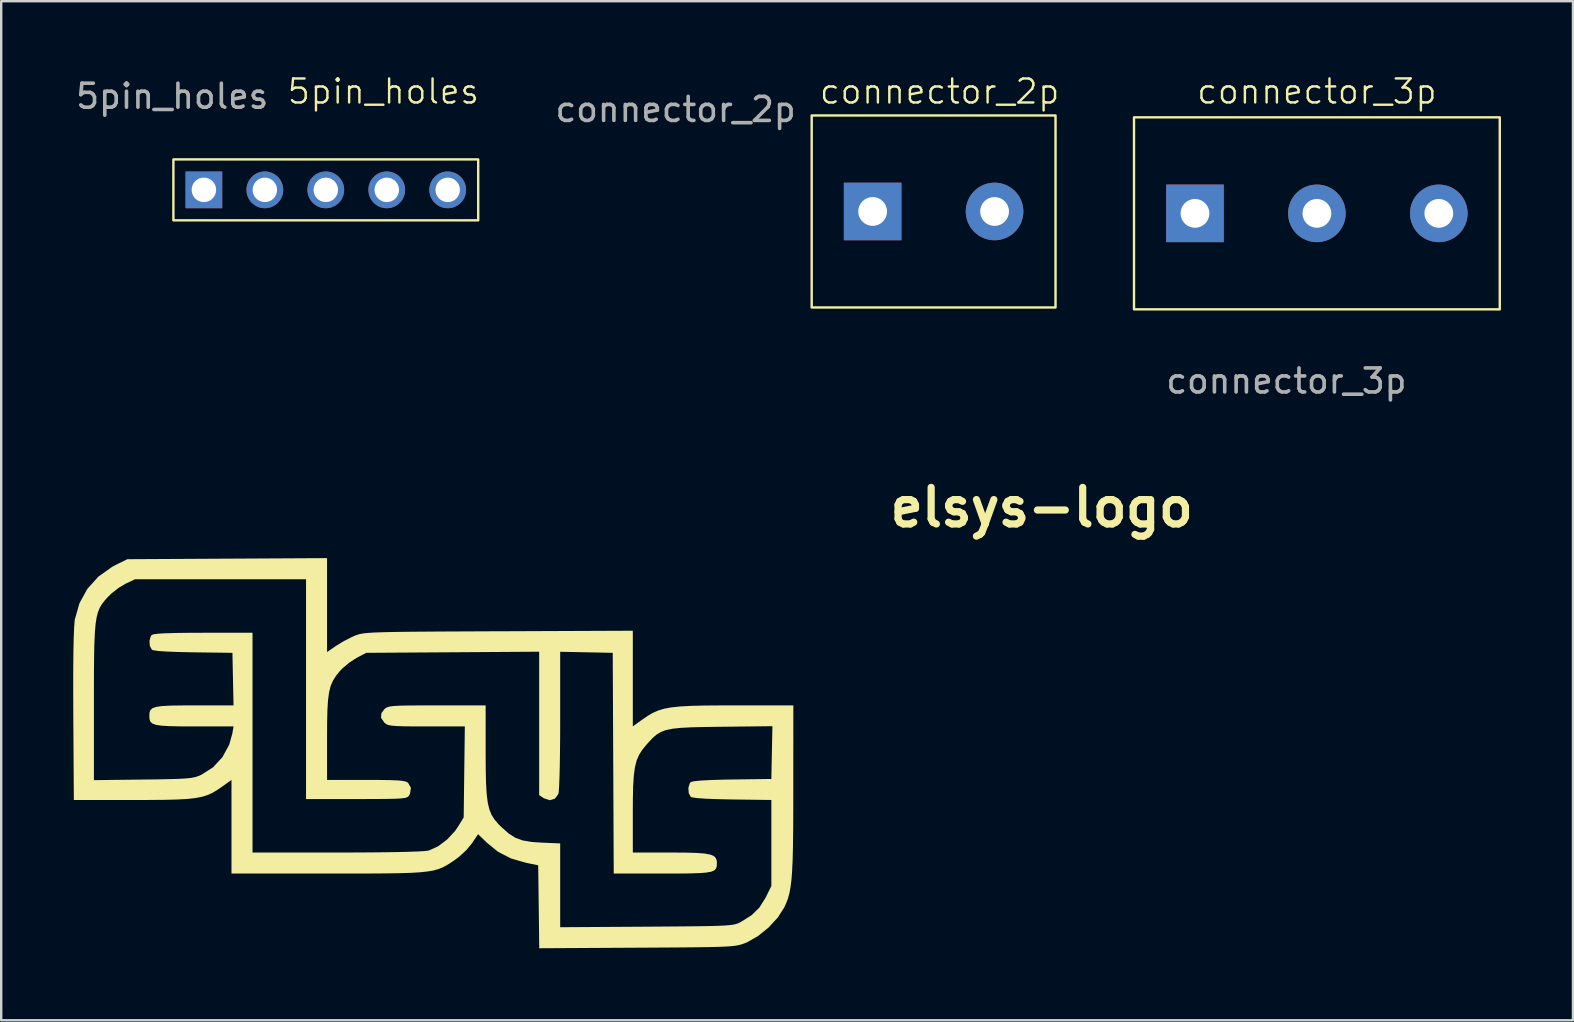
<source format=kicad_pcb>
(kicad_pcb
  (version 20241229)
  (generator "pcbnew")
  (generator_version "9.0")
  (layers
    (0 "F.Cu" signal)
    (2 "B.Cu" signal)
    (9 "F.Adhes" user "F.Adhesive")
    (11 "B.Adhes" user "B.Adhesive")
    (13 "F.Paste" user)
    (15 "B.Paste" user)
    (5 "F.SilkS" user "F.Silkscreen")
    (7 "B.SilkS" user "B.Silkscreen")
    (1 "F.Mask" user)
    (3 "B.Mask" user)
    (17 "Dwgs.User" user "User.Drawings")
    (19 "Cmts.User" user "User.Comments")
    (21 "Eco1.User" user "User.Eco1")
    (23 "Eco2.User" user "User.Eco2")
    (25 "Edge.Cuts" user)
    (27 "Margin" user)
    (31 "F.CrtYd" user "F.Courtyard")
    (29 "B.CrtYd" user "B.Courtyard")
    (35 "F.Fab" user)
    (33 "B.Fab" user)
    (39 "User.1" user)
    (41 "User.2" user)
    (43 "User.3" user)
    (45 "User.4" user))
  (footprint "5pin_holes"
    (layer "F.Cu")
    (at 10.525 4.861)
    (property "Reference" "5pin_holes" (at 2.4 -4.1 0) (unlocked yes) (layer "F.SilkS") (effects (font (size 1 1) (thickness 0.1))))
    (attr smd)
    (fp_rect (start -6.35 -1.27) (end 6.35 1.27) (stroke (width 0.1) (type default)) (fill no) (layer "F.SilkS"))
    (fp_text user "${REFERENCE}" (at -6.4 -3.9 0) (unlocked yes) (layer "F.Fab") (effects (font (size 1 1) (thickness 0.15))))
    (pad "1" thru_hole rect (at -5.08 0) (size 1.53 1.53) (drill 1.02) (layers "*.Cu" "*.Mask"))
    (pad "2" thru_hole circle (at -2.54 0) (size 1.53 1.53) (drill 1.02) (layers "*.Cu" "*.Mask"))
    (pad "3" thru_hole circle (at 0 0) (size 1.53 1.53) (drill 1.02) (layers "*.Cu" "*.Mask"))
    (pad "4" thru_hole circle (at 2.54 0) (size 1.53 1.53) (drill 1.02) (layers "*.Cu" "*.Mask"))
    (pad "5" thru_hole circle (at 5.08 0) (size 1.53 1.53) (drill 1.02) (layers "*.Cu" "*.Mask")))
  (footprint "connector_3p"
    (layer "F.Cu")
    (at 51.82 5.84)
    (property "Reference" "connector_3p" (at 0 -5.08 0) (unlocked yes) (layer "F.SilkS") (effects (font (size 1 1) (thickness 0.1))))
    (attr smd)
    (fp_rect (start -7.62 -4) (end 7.62 4) (stroke (width 0.1) (type default)) (fill no) (layer "F.SilkS"))
    (fp_text user "${REFERENCE}" (at -1.27 6.985 0) (unlocked yes) (layer "F.Fab") (effects (font (size 1 1) (thickness 0.15))))
    (pad "1" thru_hole rect (at -5.08 0) (size 2.4 2.4) (drill 1.2) (layers "*.Cu" "*.Mask"))
    (pad "2" thru_hole circle (at 0 0) (size 2.4 2.4) (drill 1.2) (layers "*.Cu" "*.Mask"))
    (pad "3" thru_hole circle (at 5.08 0) (size 2.4 2.4) (drill 1.2) (layers "*.Cu" "*.Mask")))
  (footprint "elsys-logo"
    (layer "F.Cu")
    (at 14.956 28.252)
    (property "Reference" "elsys-logo" (at 25.4 -10.16 0) (layer "F.SilkS") (effects (font (size 1.524 1.524) (thickness 0.3))))
    (attr board_only exclude_from_pos_files exclude_from_bom)
    (fp_poly (pts (xy -4.379 -4.133) (xy -4.009 -4.388) (xy -3.705 -4.574) (xy -3.367 -4.75) (xy -3.232 -4.81) (xy -3.15 -4.842) (xy -3.064 -4.87) (xy -2.963 -4.894) (xy -2.834 -4.914) (xy -2.665 -4.931) (xy -2.446 -4.945) (xy -2.163 -4.956) (xy -1.806 -4.966) (xy -1.362 -4.974) (xy -0.821 -4.98) (xy -0.169 -4.985) (xy 0.605 -4.99) (xy 1.512 -4.994) (xy 2.565 -4.999) (xy 2.767 -4.999) (xy 8.361 -5.022) (xy 8.361 -1.035) (xy 8.761 -1.323) (xy 8.984 -1.476) (xy 9.196 -1.6) (xy 9.418 -1.698) (xy 9.669 -1.773) (xy 9.968 -1.828) (xy 10.335 -1.867) (xy 10.79 -1.891) (xy 11.351 -1.905) (xy 12.04 -1.91) (xy 12.588 -1.911) (xy 15.049 -1.911) (xy 15.048 1.573) (xy 15.047 2.512) (xy 15.043 3.308) (xy 15.034 3.975) (xy 15.02 4.529) (xy 14.999 4.984) (xy 14.971 5.356) (xy 14.933 5.661) (xy 14.886 5.913) (xy 14.827 6.128) (xy 14.756 6.32) (xy 14.672 6.506) (xy 14.671 6.508) (xy 14.399 6.93) (xy 14.02 7.342) (xy 13.581 7.698) (xy 13.13 7.955) (xy 13.081 7.976) (xy 12.976 8.017) (xy 12.874 8.052) (xy 12.76 8.081) (xy 12.621 8.104) (xy 12.443 8.124) (xy 12.21 8.139) (xy 11.908 8.15) (xy 11.524 8.16) (xy 11.043 8.167) (xy 10.451 8.173) (xy 9.732 8.178) (xy 8.874 8.183) (xy 8.541 8.185) (xy 4.462 8.208) (xy 4.441 6.48) (xy 4.419 4.751) (xy 3.914 4.648) (xy 3.277 4.464) (xy 2.738 4.183) (xy 2.295 3.823) (xy 1.914 3.456) (xy 1.654 3.842) (xy 1.43 4.112) (xy 1.134 4.387) (xy 0.928 4.542) (xy 0.75 4.661) (xy 0.588 4.761) (xy 0.427 4.844) (xy 0.252 4.913) (xy 0.05 4.968) (xy -0.195 5.01) (xy -0.497 5.042) (xy -0.87 5.065) (xy -1.33 5.08) (xy -1.89 5.089) (xy -2.565 5.094) (xy -3.37 5.096) (xy -4.32 5.096) (xy -8.361 5.096) (xy -8.361 1.195) (xy -8.739 1.466) (xy -8.953 1.613) (xy -9.154 1.733) (xy -9.362 1.827) (xy -9.596 1.899) (xy -9.876 1.952) (xy -10.222 1.989) (xy -10.652 2.012) (xy -11.187 2.024) (xy -11.846 2.03) (xy -12.461 2.03) (xy -14.929 2.03) (xy -14.935 1.204) (xy -14.093 1.204) (xy -12.043 1.179) (xy -11.411 1.171) (xy -10.917 1.161) (xy -10.538 1.149) (xy -10.254 1.133) (xy -10.043 1.11) (xy -9.883 1.079) (xy -9.752 1.038) (xy -9.63 0.987) (xy -9.627 0.986) (xy -9.133 0.672) (xy -8.737 0.244) (xy -8.456 -0.274) (xy -8.326 -0.737) (xy -8.274 -1.035) (xy -9.904 -1.035) (xy -10.499 -1.037) (xy -10.954 -1.046) (xy -11.287 -1.067) (xy -11.517 -1.103) (xy -11.663 -1.159) (xy -11.744 -1.239) (xy -11.778 -1.349) (xy -11.784 -1.473) (xy -11.776 -1.612) (xy -11.737 -1.718) (xy -11.649 -1.795) (xy -11.494 -1.849) (xy -11.253 -1.883) (xy -10.906 -1.902) (xy -10.436 -1.909) (xy -9.905 -1.911) (xy -8.276 -1.911) (xy -8.299 -3.006) (xy -8.321 -4.101) (xy -9.947 -4.122) (xy -10.563 -4.135) (xy -11.054 -4.154) (xy -11.411 -4.179) (xy -11.624 -4.21) (xy -11.679 -4.232) (xy -11.763 -4.388) (xy -11.778 -4.605) (xy -11.722 -4.799) (xy -11.689 -4.841) (xy -11.605 -4.873) (xy -11.419 -4.898) (xy -11.117 -4.916) (xy -10.69 -4.928) (xy -10.124 -4.935) (xy -9.539 -4.937) (xy -7.485 -4.937) (xy -7.485 4.22) (xy -3.961 4.22) (xy -3.063 4.218) (xy -2.265 4.212) (xy -1.578 4.203) (xy -1.012 4.19) (xy -0.576 4.175) (xy -0.281 4.156) (xy -0.141 4.137) (xy 0.241 3.965) (xy 0.622 3.68) (xy 0.955 3.321) (xy 1.073 3.149) (xy 1.314 2.76) (xy 1.362 -1.035) (xy -0.235 -1.035) (xy -0.78 -1.036) (xy -1.19 -1.04) (xy -1.485 -1.05) (xy -1.688 -1.067) (xy -1.824 -1.093) (xy -1.913 -1.131) (xy -1.979 -1.183) (xy -1.991 -1.194) (xy -2.13 -1.397) (xy -2.113 -1.589) (xy -1.991 -1.752) (xy -1.934 -1.801) (xy -1.861 -1.838) (xy -1.752 -1.866) (xy -1.587 -1.886) (xy -1.347 -1.899) (xy -1.011 -1.906) (xy -0.561 -1.91) (xy 0.024 -1.911) (xy 0.199 -1.911) (xy 2.229 -1.911) (xy 2.229 0.037) (xy 2.233 0.747) (xy 2.245 1.319) (xy 2.271 1.774) (xy 2.316 2.133) (xy 2.382 2.418) (xy 2.476 2.65) (xy 2.602 2.849) (xy 2.763 3.037) (xy 2.886 3.159) (xy 3.186 3.424) (xy 3.465 3.604) (xy 3.77 3.716) (xy 4.148 3.779) (xy 4.558 3.807) (xy 5.335 3.84) (xy 5.335 7.332) (xy 8.938 7.309) (xy 9.789 7.303) (xy 10.496 7.297) (xy 11.074 7.291) (xy 11.538 7.284) (xy 11.902 7.274) (xy 12.181 7.262) (xy 12.391 7.245) (xy 12.546 7.225) (xy 12.661 7.199) (xy 12.752 7.167) (xy 12.833 7.129) (xy 12.869 7.11) (xy 13.31 6.83) (xy 13.636 6.511) (xy 13.89 6.107) (xy 13.91 6.068) (xy 14.133 5.613) (xy 14.133 2.03) (xy 12.507 2.009) (xy 11.891 1.996) (xy 11.4 1.977) (xy 11.043 1.952) (xy 10.83 1.921) (xy 10.775 1.9) (xy 10.69 1.742) (xy 10.676 1.526) (xy 10.733 1.336) (xy 10.775 1.285) (xy 10.897 1.251) (xy 11.169 1.223) (xy 11.58 1.2) (xy 12.122 1.183) (xy 12.507 1.176) (xy 14.133 1.155) (xy 14.155 0.055) (xy 14.178 -1.045) (xy 12.045 -1.02) (xy 11.349 -1.011) (xy 10.792 -0.997) (xy 10.351 -0.975) (xy 10.008 -0.938) (xy 9.741 -0.883) (xy 9.529 -0.803) (xy 9.351 -0.695) (xy 9.187 -0.552) (xy 9.016 -0.37) (xy 8.927 -0.27) (xy 8.755 -0.059) (xy 8.621 0.151) (xy 8.521 0.385) (xy 8.45 0.664) (xy 8.403 1.014) (xy 8.375 1.457) (xy 8.363 2.017) (xy 8.361 2.562) (xy 8.361 4.22) (xy 9.935 4.22) (xy 10.543 4.223) (xy 11.009 4.236) (xy 11.353 4.262) (xy 11.592 4.305) (xy 11.744 4.371) (xy 11.827 4.462) (xy 11.861 4.582) (xy 11.864 4.657) (xy 11.858 4.784) (xy 11.829 4.885) (xy 11.759 4.961) (xy 11.632 5.016) (xy 11.43 5.054) (xy 11.137 5.077) (xy 10.734 5.09) (xy 10.205 5.095) (xy 9.59 5.096) (xy 7.566 5.096) (xy 7.545 0.498) (xy 7.524 -4.101) (xy 6.43 -4.123) (xy 5.335 -4.145) (xy 5.335 -1.281) (xy 5.333 -0.598) (xy 5.327 0.034) (xy 5.318 0.598) (xy 5.306 1.073) (xy 5.291 1.442) (xy 5.275 1.685) (xy 5.26 1.78) (xy 5.116 1.976) (xy 4.905 2.04) (xy 4.665 1.962) (xy 4.654 1.956) (xy 4.459 1.828) (xy 4.459 -4.148) (xy 0.856 -4.124) (xy -2.747 -4.101) (xy -3.156 -3.885) (xy -3.45 -3.695) (xy -3.734 -3.457) (xy -3.849 -3.338) (xy -4.009 -3.137) (xy -4.134 -2.94) (xy -4.228 -2.722) (xy -4.294 -2.461) (xy -4.338 -2.134) (xy -4.364 -1.716) (xy -4.376 -1.186) (xy -4.379 -0.543) (xy -4.379 1.194) (xy -2.753 1.194) (xy -2.189 1.196) (xy -1.763 1.202) (xy -1.455 1.214) (xy -1.243 1.233) (xy -1.107 1.261) (xy -1.025 1.299) (xy -1.001 1.319) (xy -0.886 1.518) (xy -0.918 1.752) (xy -0.958 1.837) (xy -0.991 1.883) (xy -1.044 1.919) (xy -1.137 1.946) (xy -1.288 1.965) (xy -1.517 1.978) (xy -1.84 1.985) (xy -2.278 1.989) (xy -2.848 1.991) (xy -3.148 1.991) (xy -5.255 1.991) (xy -5.255 -7.166) (xy -12.382 -7.165) (xy -12.78 -6.978) (xy -13.065 -6.808) (xy -13.36 -6.576) (xy -13.511 -6.429) (xy -13.646 -6.278) (xy -13.758 -6.133) (xy -13.85 -5.978) (xy -13.923 -5.799) (xy -13.98 -5.579) (xy -14.023 -5.302) (xy -14.053 -4.954) (xy -14.073 -4.517) (xy -14.085 -3.978) (xy -14.091 -3.319) (xy -14.093 -2.526) (xy -14.093 -2.011) (xy -14.093 1.204) (xy -14.935 1.204) (xy -14.952 -1.473) (xy -14.956 -2.503) (xy -14.955 -3.39) (xy -14.948 -4.13) (xy -14.935 -4.721) (xy -14.917 -5.161) (xy -14.894 -5.444) (xy -14.887 -5.494) (xy -14.695 -6.168) (xy -14.367 -6.765) (xy -13.909 -7.274) (xy -13.331 -7.686) (xy -13.148 -7.782) (xy -12.7 -8.002) (xy -4.379 -8.047)) (stroke (width 0) (type solid)) (fill yes) (layer "F.SilkS")))
  (footprint "connector_2p"
    (layer "F.Cu")
    (at 35.85 5.761)
    (property "Reference" "connector_2p" (at 0.25 -5 0) (unlocked yes) (layer "F.SilkS") (effects (font (size 1 1) (thickness 0.1))))
    (attr smd)
    (fp_rect (start -5.08 -4) (end 5.08 4) (stroke (width 0.1) (type default)) (fill no) (layer "F.SilkS"))
    (fp_text user "${REFERENCE}" (at -10.75 -4.25 0) (unlocked yes) (layer "F.Fab") (effects (font (size 1 1) (thickness 0.15))))
    (pad "1" thru_hole rect (at -2.54 0) (size 2.4 2.4) (drill 1.2) (layers "*.Cu" "*.Mask"))
    (pad "2" thru_hole circle (at 2.54 0) (size 2.4 2.4) (drill 1.2) (layers "*.Cu" "*.Mask")))
  (gr_rect
    (start -3 -3)
    (end 62.49 39.46)
    (stroke (width 0.1) (type default))
    (fill no)
    (layer "Edge.Cuts")))
</source>
